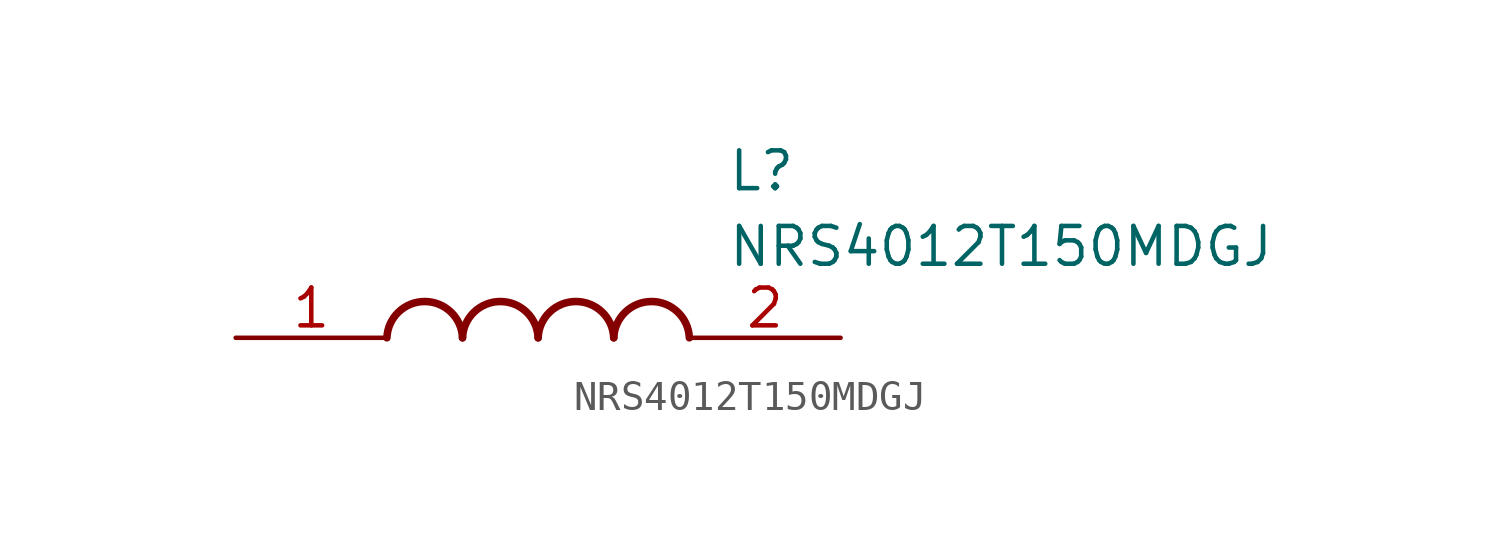
<source format=kicad_sym>
(kicad_symbol_lib
  (version 20211014)
  (generator SamacSys_ECAD_Model)
  (symbol "NRS4012T150MDGJ"
    (pin_names hide)
    (property "Reference" "L"
      (at 16.51 6.35 0)
      (effects (font (size 1.27 1.27)) (justify left top)))
    (property "Value" "NRS4012T150MDGJ"
      (at 16.51 3.81 0)
      (effects (font (size 1.27 1.27)) (justify left top)))
    (arc
      (start 7.62 0)
      (mid 6.35 1.219)
      (end 5.08 0)
      (stroke (width 0.254) (type default))
      (fill (type none)))
    (arc
      (start 10.16 0)
      (mid 8.89 1.219)
      (end 7.62 0)
      (stroke (width 0.254) (type default))
      (fill (type none)))
    (arc
      (start 12.7 0)
      (mid 11.43 1.219)
      (end 10.16 0)
      (stroke (width 0.254) (type default))
      (fill (type none)))
    (arc
      (start 15.24 0)
      (mid 13.97 1.219)
      (end 12.7 0)
      (stroke (width 0.254) (type default))
      (fill (type none)))
    (pin passive line
      (at 0 0 0)
      (length 5.08)
      (name "1" (effects (font (size 1.27 1.27))))
      (number "1" (effects (font (size 1.27 1.27)))))
    (pin passive line
      (at 20.32 0 180)
      (length 5.08)
      (name "2" (effects (font (size 1.27 1.27))))
      (number "2" (effects (font (size 1.27 1.27)))))))
</source>
